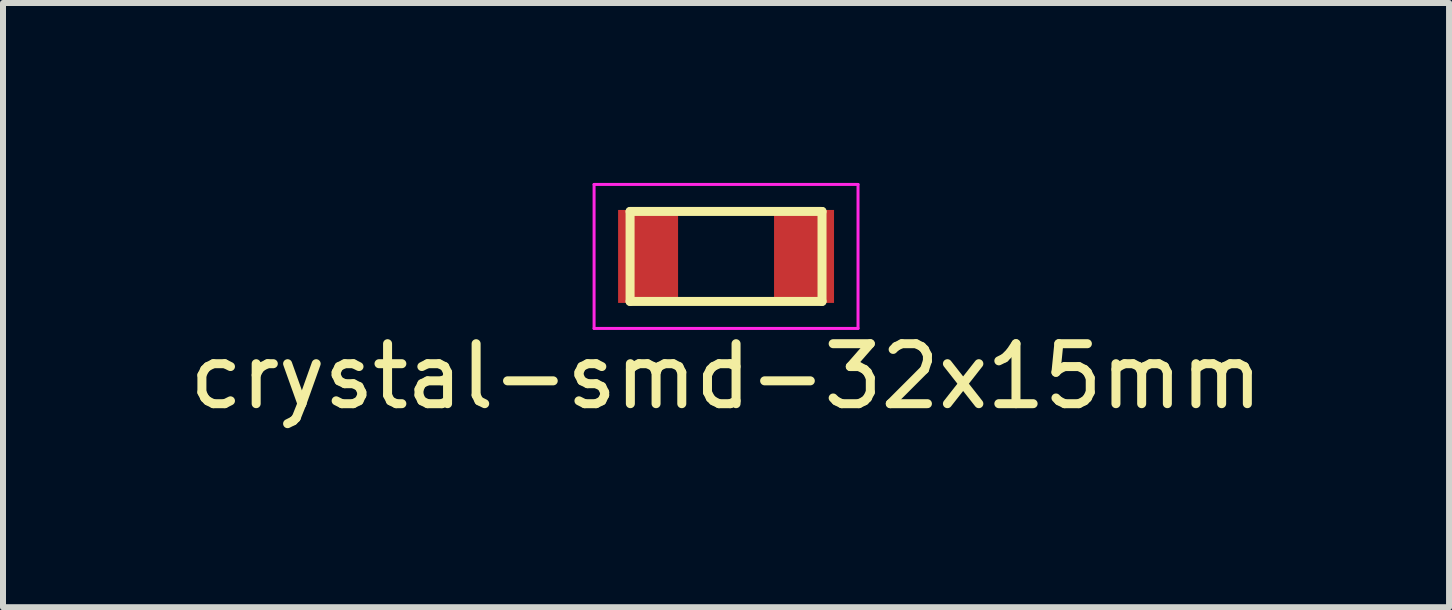
<source format=kicad_pcb>
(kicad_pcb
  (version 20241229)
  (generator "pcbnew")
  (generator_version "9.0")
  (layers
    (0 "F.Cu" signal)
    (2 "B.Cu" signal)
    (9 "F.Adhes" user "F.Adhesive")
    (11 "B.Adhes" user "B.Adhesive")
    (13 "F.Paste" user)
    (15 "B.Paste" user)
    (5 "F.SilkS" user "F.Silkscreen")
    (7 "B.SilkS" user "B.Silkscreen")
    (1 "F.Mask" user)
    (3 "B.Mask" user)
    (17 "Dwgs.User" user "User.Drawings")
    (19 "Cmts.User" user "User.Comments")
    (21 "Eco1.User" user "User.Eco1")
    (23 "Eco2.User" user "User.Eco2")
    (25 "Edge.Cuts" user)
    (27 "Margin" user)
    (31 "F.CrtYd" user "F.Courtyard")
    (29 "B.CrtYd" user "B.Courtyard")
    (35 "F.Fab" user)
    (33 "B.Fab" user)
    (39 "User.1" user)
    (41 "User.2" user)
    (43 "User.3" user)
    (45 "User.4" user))
  (footprint "crystal-smd-32x15mm"
    (layer "F.Cu")
    (at 9.054 1.225)
    (property "Reference" "crystal-smd-32x15mm" (at 0 2 0) (layer "F.SilkS") (effects (font (size 1 1) (thickness 0.15))))
    (attr through_hole)
    (fp_line (start -1.6 -0.75) (end -1.6 0.75) (stroke (width 0.15) (type solid)) (layer "F.SilkS"))
    (fp_line (start -1.6 -0.75) (end 1.6 -0.75) (stroke (width 0.15) (type solid)) (layer "F.SilkS"))
    (fp_line (start -1.6 0.75) (end 1.6 0.75) (stroke (width 0.15) (type solid)) (layer "F.SilkS"))
    (fp_line (start 1.6 -0.75) (end 1.6 0.75) (stroke (width 0.15) (type solid)) (layer "F.SilkS"))
    (fp_line (start -2.2 -1.2) (end 2.2 -1.2) (stroke (width 0.05) (type solid)) (layer "F.CrtYd"))
    (fp_line (start -2.2 1.2) (end -2.2 -1.2) (stroke (width 0.05) (type solid)) (layer "F.CrtYd"))
    (fp_line (start 2.2 -1.2) (end 2.2 1.2) (stroke (width 0.05) (type solid)) (layer "F.CrtYd"))
    (fp_line (start 2.2 1.2) (end -2.2 1.2) (stroke (width 0.05) (type solid)) (layer "F.CrtYd"))
    (pad "1" smd rect (at -1.3 0) (size 1 1.55) (layers "F.Cu" "F.Mask" "F.Paste"))
    (pad "2" smd rect (at 1.3 0) (size 1 1.55) (layers "F.Cu" "F.Mask" "F.Paste")))
  (gr_rect
    (start -3 -3)
    (end 21.107 7.073)
    (stroke (width 0.1) (type default))
    (fill no)
    (layer "Edge.Cuts")))
</source>
